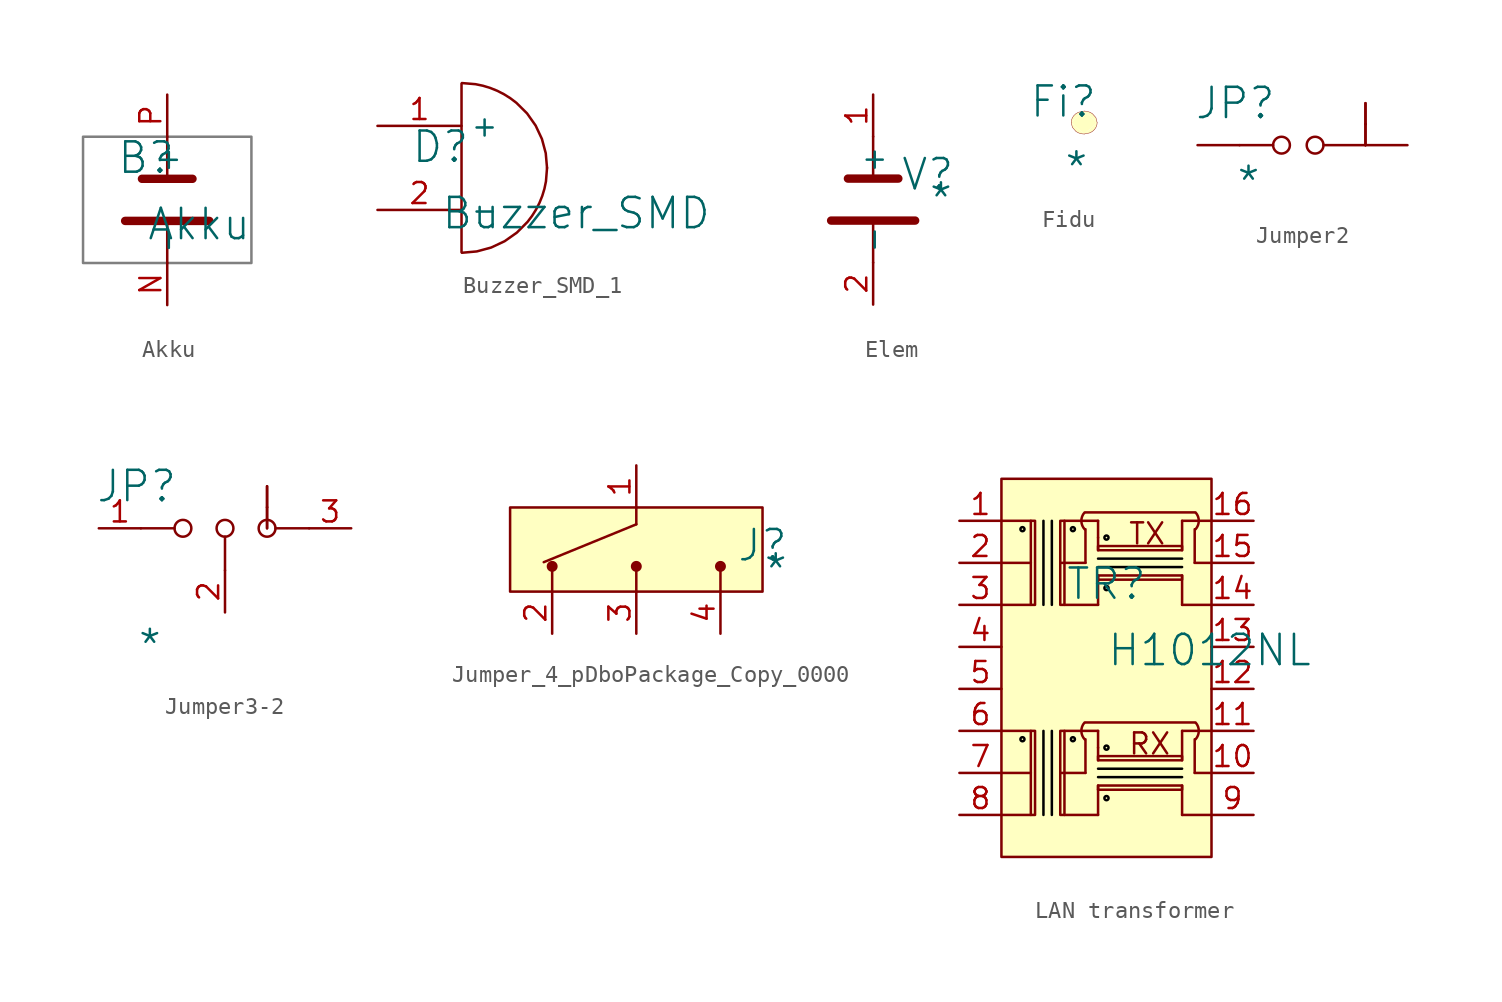
<source format=kicad_sym>
(kicad_symbol_lib
  (version 20241209)
  (generator "kicad_symbol_editor")
  (generator_version "9.0")
  (symbol "Akku"
    (property "Reference" "B"
      (at -1.27 1.27 0)
      (effects (font (size 1.829 1.829))))
    (property "Value" "Akku"
      (at -1.27 -3.81 0)
      (effects (font (size 1.829 1.829)) (justify left bottom)))
    (symbol "Akku_1_0"
      (polyline (pts (xy -5.08 2.54) (xy 5.08 2.54) (xy 5.08 -5.08) (xy -5.08 -5.08) (xy -5.08 2.54)) (stroke (width 0) (type solid) (color 128 128 128 1)) (fill (type none)))
      (polyline (pts (xy -2.54 -2.54) (xy 2.54 -2.54)) (stroke (width 0.508) (type solid)) (fill (type none)))
      (polyline (pts (xy -1.524 0) (xy 1.524 0)) (stroke (width 0.508) (type solid)) (fill (type none)))
      (polyline (pts (xy 0 0) (xy 0 2.54)) (stroke (width 0) (type solid)) (fill (type none)))
      (polyline (pts (xy 0 -5.08) (xy 0 -2.54)) (stroke (width 0) (type solid)) (fill (type none)))
      (pin passive line (at 0 5.08 270) (length 2.54) (name "+" (effects (font (size 1.27 1.27)))) (number "P" (effects (font (size 1.27 1.27)))))
      (pin passive line (at 0 -7.62 90) (length 2.54) (name "-" (effects (font (size 1.27 1.27)))) (number "N" (effects (font (size 1.27 1.27)))))))
  (symbol "Buzzer_SMD_1"
    (property "Reference" "D"
      (at -1.27 1.27 0)
      (effects (font (size 1.829 1.829))))
    (property "Value" "Buzzer_SMD"
      (at -1.27 -3.81 0)
      (effects (font (size 1.829 1.829)) (justify left bottom)))
    (symbol "Buzzer_SMD_1_1_0"
      (polyline (pts (xy 0 -5.08) (xy 0 5.08)) (stroke (width 0) (type solid)) (fill (type none)))
      (bezier (pts (xy 0.021 -5.129) (xy 2.866 -5.118) (xy 5.168 -2.825) (xy 5.168 -0.001)) (stroke (width 0) (type solid)) (fill (type none)))
      (bezier (pts (xy 5.168 -0.001) (xy 5.168 2.823) (xy 2.868 5.117) (xy 0.022 5.129)) (stroke (width 0) (type solid)) (fill (type none)))
      (pin passive line (at -5.08 2.54 0) (length 5.08) (name "+" (effects (font (size 1.27 1.27)))) (number "1" (effects (font (size 1.27 1.27)))))
      (pin passive line (at -5.08 -2.54 0) (length 5.08) (name "-" (effects (font (size 1.27 1.27)))) (number "2" (effects (font (size 1.27 1.27)))))))
  (symbol "Elem"
    (property "Reference" "V"
      (at 8.382 -2.286 0)
      (effects (font (size 1.829 1.829))))
    (property "Value" "*"
      (at 8.382 -4.826 0)
      (effects (font (size 1.829 1.829)) (justify left bottom)))
    (symbol "Elem_1_0"
      (polyline (pts (xy 2.54 -5.08) (xy 7.62 -5.08)) (stroke (width 0.508) (type solid)) (fill (type none)))
      (polyline (pts (xy 3.556 -2.54) (xy 6.604 -2.54)) (stroke (width 0.508) (type solid)) (fill (type none)))
      (polyline (pts (xy 5.08 -2.54) (xy 5.08 0)) (stroke (width 0) (type solid)) (fill (type none)))
      (polyline (pts (xy 5.08 -7.62) (xy 5.08 -5.08)) (stroke (width 0) (type solid)) (fill (type none)))
      (pin passive line (at 5.08 2.54 270) (length 2.54) (name "+" (effects (font (size 1.27 1.27)))) (number "1" (effects (font (size 1.27 1.27)))))
      (pin passive line (at 5.08 -10.16 90) (length 2.54) (name "-" (effects (font (size 1.27 1.27)))) (number "2" (effects (font (size 1.27 1.27)))))))
  (symbol "Fidu"
    (pin_numbers
      (hide yes))
    (pin_names
      (hide yes))
    (property "Reference" "Fi"
      (at -1.27 1.27 0)
      (effects (font (size 1.829 1.829))))
    (property "Value" "*"
      (at -1.27 -3.81 0)
      (effects (font (size 1.829 1.829)) (justify left bottom)))
    (symbol "Fidu_1_0"
      (bezier (pts (xy -0.79 0) (xy -0.79 -0.387) (xy -0.436 -0.7) (xy 0 -0.7)) (stroke (width 0.025) (type solid)) (fill (type background)))
      (bezier (pts (xy 0 0.7) (xy -0.436 0.7) (xy -0.79 0.387) (xy -0.79 0)) (stroke (width 0.025) (type solid)) (fill (type background)))
      (bezier (pts (xy 0 -0.7) (xy 0.436 -0.7) (xy 0.79 -0.387) (xy 0.79 0)) (stroke (width 0.025) (type solid)) (fill (type background)))
      (polyline (pts (xy 0.79 0) (xy 0 0.7) (xy -0.79 0) (xy 0 -0.7) (xy 0.79 0)) (stroke (width -0.0001) (type default)) (fill (type background)))
      (bezier (pts (xy 0.79 0) (xy 0.79 0.387) (xy 0.436 0.7) (xy 0 0.7)) (stroke (width 0.025) (type solid)) (fill (type background)))))
  (symbol "Jumper2"
    (pin_numbers
      (hide yes))
    (pin_names
      (hide yes))
    (property "Reference" "JP"
      (at -0.254 0 0)
      (effects (font (size 1.829 1.829))))
    (property "Value" "*"
      (at -0.254 -5.842 0)
      (effects (font (size 1.829 1.829)) (justify left bottom)))
    (symbol "Jumper2_1_0"
      (polyline (pts (xy 2.032 -2.54) (xy 0 -2.54)) (stroke (width 0) (type solid)) (fill (type none)))
      (circle (center 2.54 -2.54) (radius 0.508) (stroke (width 0) (type solid)) (fill (type none)))
      (circle (center 4.572 -2.54) (radius 0.508) (stroke (width 0) (type solid)) (fill (type none)))
      (bezier (pts (xy 7.62 0) (xy 7.62 0) (xy 7.62 -0.569) (xy 7.62 -1.27)) (stroke (width 0) (type solid)) (fill (type none)))
      (bezier (pts (xy 7.62 -1.27) (xy 7.62 -0.569) (xy 7.62 0) (xy 7.62 0)) (stroke (width 0) (type solid)) (fill (type none)))
      (bezier (pts (xy 7.62 -1.27) (xy 7.62 -1.971) (xy 7.62 -2.54) (xy 7.62 -2.54)) (stroke (width 0) (type solid)) (fill (type none)))
      (polyline (pts (xy 7.62 -2.54) (xy 5.08 -2.54)) (stroke (width 0) (type solid)) (fill (type none)))
      (bezier (pts (xy 7.62 -2.54) (xy 7.62 -2.54) (xy 7.62 -1.971) (xy 7.62 -1.27)) (stroke (width 0) (type solid)) (fill (type none)))
      (pin passive line (at -2.54 -2.54 0) (length 2.54) (name "1" (effects (font (size 1.27 1.27)))) (number "1" (effects (font (size 1.27 1.27)))))
      (pin passive line (at 10.16 -2.54 180) (length 2.54) (name "3" (effects (font (size 1.27 1.27)))) (number "2" (effects (font (size 1.27 1.27)))))))
  (symbol "Jumper3-2"
    (pin_names
      (hide yes))
    (property "Reference" "JP"
      (at -0.254 0 0)
      (effects (font (size 1.829 1.829))))
    (property "Value" "*"
      (at -0.254 -10.668 0)
      (effects (font (size 1.829 1.829)) (justify left bottom)))
    (symbol "Jumper3-2_1_0"
      (polyline (pts (xy 2.032 -2.54) (xy 0 -2.54)) (stroke (width 0) (type solid)) (fill (type none)))
      (circle (center 2.54 -2.54) (radius 0.508) (stroke (width 0) (type solid)) (fill (type none)))
      (circle (center 5.08 -2.54) (radius 0.508) (stroke (width 0) (type solid)) (fill (type none)))
      (polyline (pts (xy 5.08 -5.08) (xy 5.08 -3.048)) (stroke (width 0) (type solid)) (fill (type none)))
      (bezier (pts (xy 7.62 0) (xy 7.62 0) (xy 7.62 -0.569) (xy 7.62 -1.27)) (stroke (width 0) (type solid)) (fill (type none)))
      (bezier (pts (xy 7.62 -1.27) (xy 7.62 -0.569) (xy 7.62 0) (xy 7.62 0)) (stroke (width 0) (type solid)) (fill (type none)))
      (bezier (pts (xy 7.62 -1.27) (xy 7.62 -1.971) (xy 7.62 -2.54) (xy 7.62 -2.54)) (stroke (width 0) (type solid)) (fill (type none)))
      (bezier (pts (xy 7.62 -2.54) (xy 7.62 -2.54) (xy 7.62 -1.971) (xy 7.62 -1.27)) (stroke (width 0) (type solid)) (fill (type none)))
      (circle (center 7.62 -2.54) (radius 0.508) (stroke (width 0) (type solid)) (fill (type none)))
      (polyline (pts (xy 10.16 -2.54) (xy 8.128 -2.54)) (stroke (width 0) (type solid)) (fill (type none)))
      (pin passive line (at -2.54 -2.54 0) (length 2.54) (name "1" (effects (font (size 1.27 1.27)))) (number "1" (effects (font (size 1.27 1.27)))))
      (pin passive line (at 5.08 -7.62 90) (length 2.54) (name "2" (effects (font (size 1.27 1.27)))) (number "2" (effects (font (size 1.27 1.27)))))
      (pin passive line (at 12.7 -2.54 180) (length 2.54) (name "3" (effects (font (size 1.27 1.27)))) (number "3" (effects (font (size 1.27 1.27)))))))
  (symbol "Jumper_4_pDboPackage_Copy_0000"
    (pin_names
      (hide yes))
    (property "Reference" "J"
      (at 15.24 -2.286 0)
      (effects (font (size 1.829 1.829))))
    (property "Value" "*"
      (at 15.24 -4.826 0)
      (effects (font (size 1.829 1.829)) (justify left bottom)))
    (symbol "Jumper_4_pDboPackage_Copy_0000_1_0"
      (circle (center 2.54 -3.556) (radius 0.254) (stroke (width 0) (type solid)) (fill (type outline)))
      (polyline (pts (xy 2.54 -5.08) (xy 2.54 -3.556)) (stroke (width 0) (type solid)) (fill (type none)))
      (polyline (pts (xy 7.62 0) (xy 7.62 -1.016)) (stroke (width 0) (type solid)) (fill (type none)))
      (polyline (pts (xy 7.62 -1.016) (xy 2.032 -3.302)) (stroke (width 0) (type solid)) (fill (type none)))
      (circle (center 7.62 -3.556) (radius 0.254) (stroke (width 0) (type solid)) (fill (type outline)))
      (polyline (pts (xy 7.62 -5.08) (xy 7.62 -3.556)) (stroke (width 0) (type solid)) (fill (type none)))
      (circle (center 12.7 -3.556) (radius 0.254) (stroke (width 0) (type solid)) (fill (type outline)))
      (polyline (pts (xy 12.7 -5.08) (xy 12.7 -3.556)) (stroke (width 0) (type solid)) (fill (type none)))
      (rectangle (start 15.24 0) (end 0 -5.08) (stroke (width 0) (type solid) (color 128 0 0 1)) (fill (type background)))
      (pin passive line (at 2.54 -7.62 90) (length 2.54) (name "2" (effects (font (size 1.27 1.27)))) (number "2" (effects (font (size 1.27 1.27)))))
      (pin passive line (at 7.62 2.54 270) (length 2.54) (name "1" (effects (font (size 1.27 1.27)))) (number "1" (effects (font (size 1.27 1.27)))))
      (pin passive line (at 7.62 -7.62 90) (length 2.54) (name "3" (effects (font (size 1.27 1.27)))) (number "3" (effects (font (size 1.27 1.27)))))
      (pin passive line (at 12.7 -7.62 90) (length 2.54) (name "4" (effects (font (size 1.27 1.27)))) (number "4" (effects (font (size 1.27 1.27)))))))
  (symbol "LAN transformer"
    (pin_names
      (hide yes))
    (property "Reference" "TR"
      (at -1.27 1.27 0)
      (effects (font (size 1.829 1.829))))
    (property "Value" "H1012NL"
      (at -1.27 -3.81 0)
      (effects (font (size 1.829 1.829)) (justify left bottom)))
    (symbol "LAN transformer_1_0"
      (polyline (pts (xy -7.62 5.08) (xy -5.842 5.08)) (stroke (width 0) (type solid)) (fill (type none)))
      (polyline (pts (xy -7.62 2.54) (xy -5.842 2.54)) (stroke (width 0) (type solid)) (fill (type none)))
      (polyline (pts (xy -7.62 -7.62) (xy -5.842 -7.62)) (stroke (width 0) (type solid)) (fill (type none)))
      (polyline (pts (xy -7.62 -10.16) (xy -5.842 -10.16)) (stroke (width 0) (type solid)) (fill (type none)))
      (arc (start -6.2537 4.6547) (mid -6.4442 4.4869) (end -6.2579 4.6595) (stroke (width 0) (type solid) (color 0 0 0 1)) (fill (type none)))
      (arc (start -6.2537 -8.0453) (mid -6.4442 -8.2131) (end -6.2579 -8.0405) (stroke (width 0) (type solid) (color 0 0 0 1)) (fill (type none)))
      (polyline (pts (xy -5.842 0) (xy -7.62 0)) (stroke (width 0) (type solid)) (fill (type none)))
      (polyline (pts (xy -5.842 -12.7) (xy -7.62 -12.7)) (stroke (width 0) (type solid)) (fill (type none)))
      (rectangle (start -5.588 5.08) (end -5.842 0) (stroke (width 0) (type solid) (color 128 0 0 1)) (fill (type background)))
      (rectangle (start -5.588 -7.62) (end -5.842 -12.7) (stroke (width 0) (type solid) (color 128 0 0 1)) (fill (type background)))
      (polyline (pts (xy -5.08 5.08) (xy -5.08 0)) (stroke (width 0) (type solid) (color 0 0 0 1)) (fill (type none)))
      (polyline (pts (xy -5.08 -7.62) (xy -5.08 -12.7)) (stroke (width 0) (type solid) (color 0 0 0 1)) (fill (type none)))
      (polyline (pts (xy -4.572 5.08) (xy -4.572 0)) (stroke (width 0) (type solid) (color 0 0 0 1)) (fill (type none)))
      (polyline (pts (xy -4.572 -7.62) (xy -4.572 -12.7)) (stroke (width 0) (type solid) (color 0 0 0 1)) (fill (type none)))
      (polyline (pts (xy -4.064 2.54) (xy -2.54 2.54)) (stroke (width 0) (type solid)) (fill (type none)))
      (polyline (pts (xy -4.064 -10.16) (xy -2.54 -10.16)) (stroke (width 0) (type solid)) (fill (type none)))
      (rectangle (start -3.81 5.08) (end -4.064 0) (stroke (width 0) (type solid) (color 128 0 0 1)) (fill (type background)))
      (rectangle (start -3.81 -7.62) (end -4.064 -12.7) (stroke (width 0) (type solid) (color 128 0 0 1)) (fill (type background)))
      (arc (start -3.2057 4.6547) (mid -3.3962 4.4869) (end -3.2099 4.6595) (stroke (width 0) (type solid) (color 0 0 0 1)) (fill (type none)))
      (arc (start -3.2057 -8.0453) (mid -3.3962 -8.2131) (end -3.2099 -8.0405) (stroke (width 0) (type solid) (color 0 0 0 1)) (fill (type none)))
      (polyline (pts (xy -2.54 4.572) (xy -2.54 2.54)) (stroke (width 0) (type solid)) (fill (type none)))
      (polyline (pts (xy -2.54 -8.128) (xy -2.54 -10.16)) (stroke (width 0) (type solid)) (fill (type none)))
      (arc (start -2.5789 4.558) (mid -2.7879 5.0664) (end -2.5973 5.582) (stroke (width 0) (type solid)) (fill (type none)))
      (arc (start -2.5789 -8.142) (mid -2.7879 -7.6336) (end -2.5973 -7.118) (stroke (width 0) (type solid)) (fill (type none)))
      (polyline (pts (xy -1.778 5.08) (xy -3.81 5.08)) (stroke (width 0) (type solid)) (fill (type none)))
      (polyline (pts (xy -1.778 5.08) (xy -1.778 3.302)) (stroke (width 0) (type solid)) (fill (type none)))
      (circle (center -1.778 4.064) (radius 0.0001) (stroke (width 0) (type solid)) (fill (type outline)))
      (polyline (pts (xy -1.778 2.794) (xy 3.302 2.794)) (stroke (width 0) (type solid) (color 0 0 0 1)) (fill (type none)))
      (polyline (pts (xy -1.778 2.286) (xy 3.302 2.286)) (stroke (width 0) (type solid) (color 0 0 0 1)) (fill (type none)))
      (polyline (pts (xy -1.778 1.778) (xy -1.778 0)) (stroke (width 0) (type solid)) (fill (type none)))
      (circle (center -1.778 1.524) (radius 0.0001) (stroke (width 0) (type solid)) (fill (type outline)))
      (polyline (pts (xy -1.778 0) (xy -3.81 0)) (stroke (width 0) (type solid)) (fill (type none)))
      (polyline (pts (xy -1.778 -7.62) (xy -3.81 -7.62)) (stroke (width 0) (type solid)) (fill (type none)))
      (polyline (pts (xy -1.778 -7.62) (xy -1.778 -9.398)) (stroke (width 0) (type solid)) (fill (type none)))
      (circle (center -1.778 -8.636) (radius 0.0001) (stroke (width 0) (type solid)) (fill (type outline)))
      (polyline (pts (xy -1.778 -9.906) (xy 3.302 -9.906)) (stroke (width 0) (type solid) (color 0 0 0 1)) (fill (type none)))
      (polyline (pts (xy -1.778 -10.414) (xy 3.302 -10.414)) (stroke (width 0) (type solid) (color 0 0 0 1)) (fill (type none)))
      (polyline (pts (xy -1.778 -10.922) (xy -1.778 -12.7)) (stroke (width 0) (type solid)) (fill (type none)))
      (circle (center -1.778 -11.176) (radius 0.0001) (stroke (width 0) (type solid)) (fill (type outline)))
      (polyline (pts (xy -1.778 -12.7) (xy -3.81 -12.7)) (stroke (width 0) (type solid)) (fill (type none)))
      (arc (start -1.1737 4.1467) (mid -1.3642 3.9789) (end -1.1779 4.1515) (stroke (width 0) (type solid) (color 0 0 0 1)) (fill (type none)))
      (arc (start -1.1737 1.0987) (mid -1.3642 0.9309) (end -1.1779 1.1035) (stroke (width 0) (type solid) (color 0 0 0 1)) (fill (type none)))
      (arc (start -1.1737 -8.5533) (mid -1.3642 -8.7211) (end -1.1779 -8.5485) (stroke (width 0) (type solid) (color 0 0 0 1)) (fill (type none)))
      (arc (start -1.1737 -11.6013) (mid -1.3642 -11.7691) (end -1.1779 -11.5965) (stroke (width 0) (type solid) (color 0 0 0 1)) (fill (type none)))
      (polyline (pts (xy 3.302 5.08) (xy 3.302 3.302)) (stroke (width 0) (type solid)) (fill (type none)))
      (rectangle (start 3.302 3.556) (end -1.778 3.302) (stroke (width 0) (type solid) (color 128 0 0 1)) (fill (type background)))
      (polyline (pts (xy 3.302 1.778) (xy 3.302 0)) (stroke (width 0) (type solid)) (fill (type none)))
      (rectangle (start 3.302 1.778) (end -1.778 1.524) (stroke (width 0) (type solid) (color 128 0 0 1)) (fill (type background)))
      (polyline (pts (xy 3.302 0) (xy 5.08 0)) (stroke (width 0) (type solid)) (fill (type none)))
      (polyline (pts (xy 3.302 -7.62) (xy 3.302 -9.398)) (stroke (width 0) (type solid)) (fill (type none)))
      (rectangle (start 3.302 -9.144) (end -1.778 -9.398) (stroke (width 0) (type solid) (color 128 0 0 1)) (fill (type background)))
      (polyline (pts (xy 3.302 -10.922) (xy 3.302 -12.7)) (stroke (width 0) (type solid)) (fill (type none)))
      (rectangle (start 3.302 -10.922) (end -1.778 -11.176) (stroke (width 0) (type solid) (color 128 0 0 1)) (fill (type background)))
      (polyline (pts (xy 3.302 -12.7) (xy 5.08 -12.7)) (stroke (width 0) (type solid)) (fill (type none)))
      (arc (start 4.1217 5.5816) (mid 4.312 5.0746) (end 4.1144 4.5704) (stroke (width 0) (type solid)) (fill (type none)))
      (arc (start 4.1217 -7.1184) (mid 4.312 -7.6254) (end 4.1144 -8.1296) (stroke (width 0) (type solid)) (fill (type none)))
      (polyline (pts (xy 4.064 5.588) (xy -2.54 5.588)) (stroke (width 0) (type solid)) (fill (type none)))
      (polyline (pts (xy 4.064 4.572) (xy 4.064 2.54)) (stroke (width 0) (type solid)) (fill (type none)))
      (polyline (pts (xy 4.064 -7.112) (xy -2.54 -7.112)) (stroke (width 0) (type solid)) (fill (type none)))
      (polyline (pts (xy 4.064 -8.128) (xy 4.064 -10.16)) (stroke (width 0) (type solid)) (fill (type none)))
      (rectangle (start 5.08 7.62) (end -7.62 -15.24) (stroke (width 0) (type solid) (color 128 0 0 1)) (fill (type background)))
      (polyline (pts (xy 5.08 5.08) (xy 3.302 5.08)) (stroke (width 0) (type solid)) (fill (type none)))
      (polyline (pts (xy 5.08 2.54) (xy 4.064 2.54)) (stroke (width 0) (type solid)) (fill (type none)))
      (polyline (pts (xy 5.08 -7.62) (xy 3.302 -7.62)) (stroke (width 0) (type solid)) (fill (type none)))
      (polyline (pts (xy 5.08 -10.16) (xy 4.064 -10.16)) (stroke (width 0) (type solid)) (fill (type none)))
      (text "TX" (at 0 3.556 0) (effects (font (size 1.27 1.27)) (justify left bottom)))
      (text "RX" (at 0 -9.144 0) (effects (font (size 1.27 1.27)) (justify left bottom)))
      (pin passive line (at -10.16 5.08 0) (length 2.54) (name "1" (effects (font (size 1.27 1.27)))) (number "1" (effects (font (size 1.27 1.27)))))
      (pin passive line (at -10.16 2.54 0) (length 2.54) (name "2" (effects (font (size 1.27 1.27)))) (number "2" (effects (font (size 1.27 1.27)))))
      (pin passive line (at -10.16 0 0) (length 2.54) (name "3" (effects (font (size 1.27 1.27)))) (number "3" (effects (font (size 1.27 1.27)))))
      (pin passive line (at -10.16 -2.54 0) (length 2.54) (name "4" (effects (font (size 1.27 1.27)))) (number "4" (effects (font (size 1.27 1.27)))))
      (pin passive line (at -10.16 -5.08 0) (length 2.54) (name "5" (effects (font (size 1.27 1.27)))) (number "5" (effects (font (size 1.27 1.27)))))
      (pin passive line (at -10.16 -7.62 0) (length 2.54) (name "6" (effects (font (size 1.27 1.27)))) (number "6" (effects (font (size 1.27 1.27)))))
      (pin passive line (at -10.16 -10.16 0) (length 2.54) (name "7" (effects (font (size 1.27 1.27)))) (number "7" (effects (font (size 1.27 1.27)))))
      (pin passive line (at -10.16 -12.7 0) (length 2.54) (name "8" (effects (font (size 1.27 1.27)))) (number "8" (effects (font (size 1.27 1.27)))))
      (pin passive line (at 7.62 5.08 180) (length 2.54) (name "16" (effects (font (size 1.27 1.27)))) (number "16" (effects (font (size 1.27 1.27)))))
      (pin passive line (at 7.62 2.54 180) (length 2.54) (name "15" (effects (font (size 1.27 1.27)))) (number "15" (effects (font (size 1.27 1.27)))))
      (pin passive line (at 7.62 0 180) (length 2.54) (name "14" (effects (font (size 1.27 1.27)))) (number "14" (effects (font (size 1.27 1.27)))))
      (pin passive line (at 7.62 -2.54 180) (length 2.54) (name "13" (effects (font (size 1.27 1.27)))) (number "13" (effects (font (size 1.27 1.27)))))
      (pin passive line (at 7.62 -5.08 180) (length 2.54) (name "12" (effects (font (size 1.27 1.27)))) (number "12" (effects (font (size 1.27 1.27)))))
      (pin passive line (at 7.62 -7.62 180) (length 2.54) (name "11" (effects (font (size 1.27 1.27)))) (number "11" (effects (font (size 1.27 1.27)))))
      (pin passive line (at 7.62 -10.16 180) (length 2.54) (name "10" (effects (font (size 1.27 1.27)))) (number "10" (effects (font (size 1.27 1.27)))))
      (pin passive line (at 7.62 -12.7 180) (length 2.54) (name "9" (effects (font (size 1.27 1.27)))) (number "9" (effects (font (size 1.27 1.27))))))))
</source>
